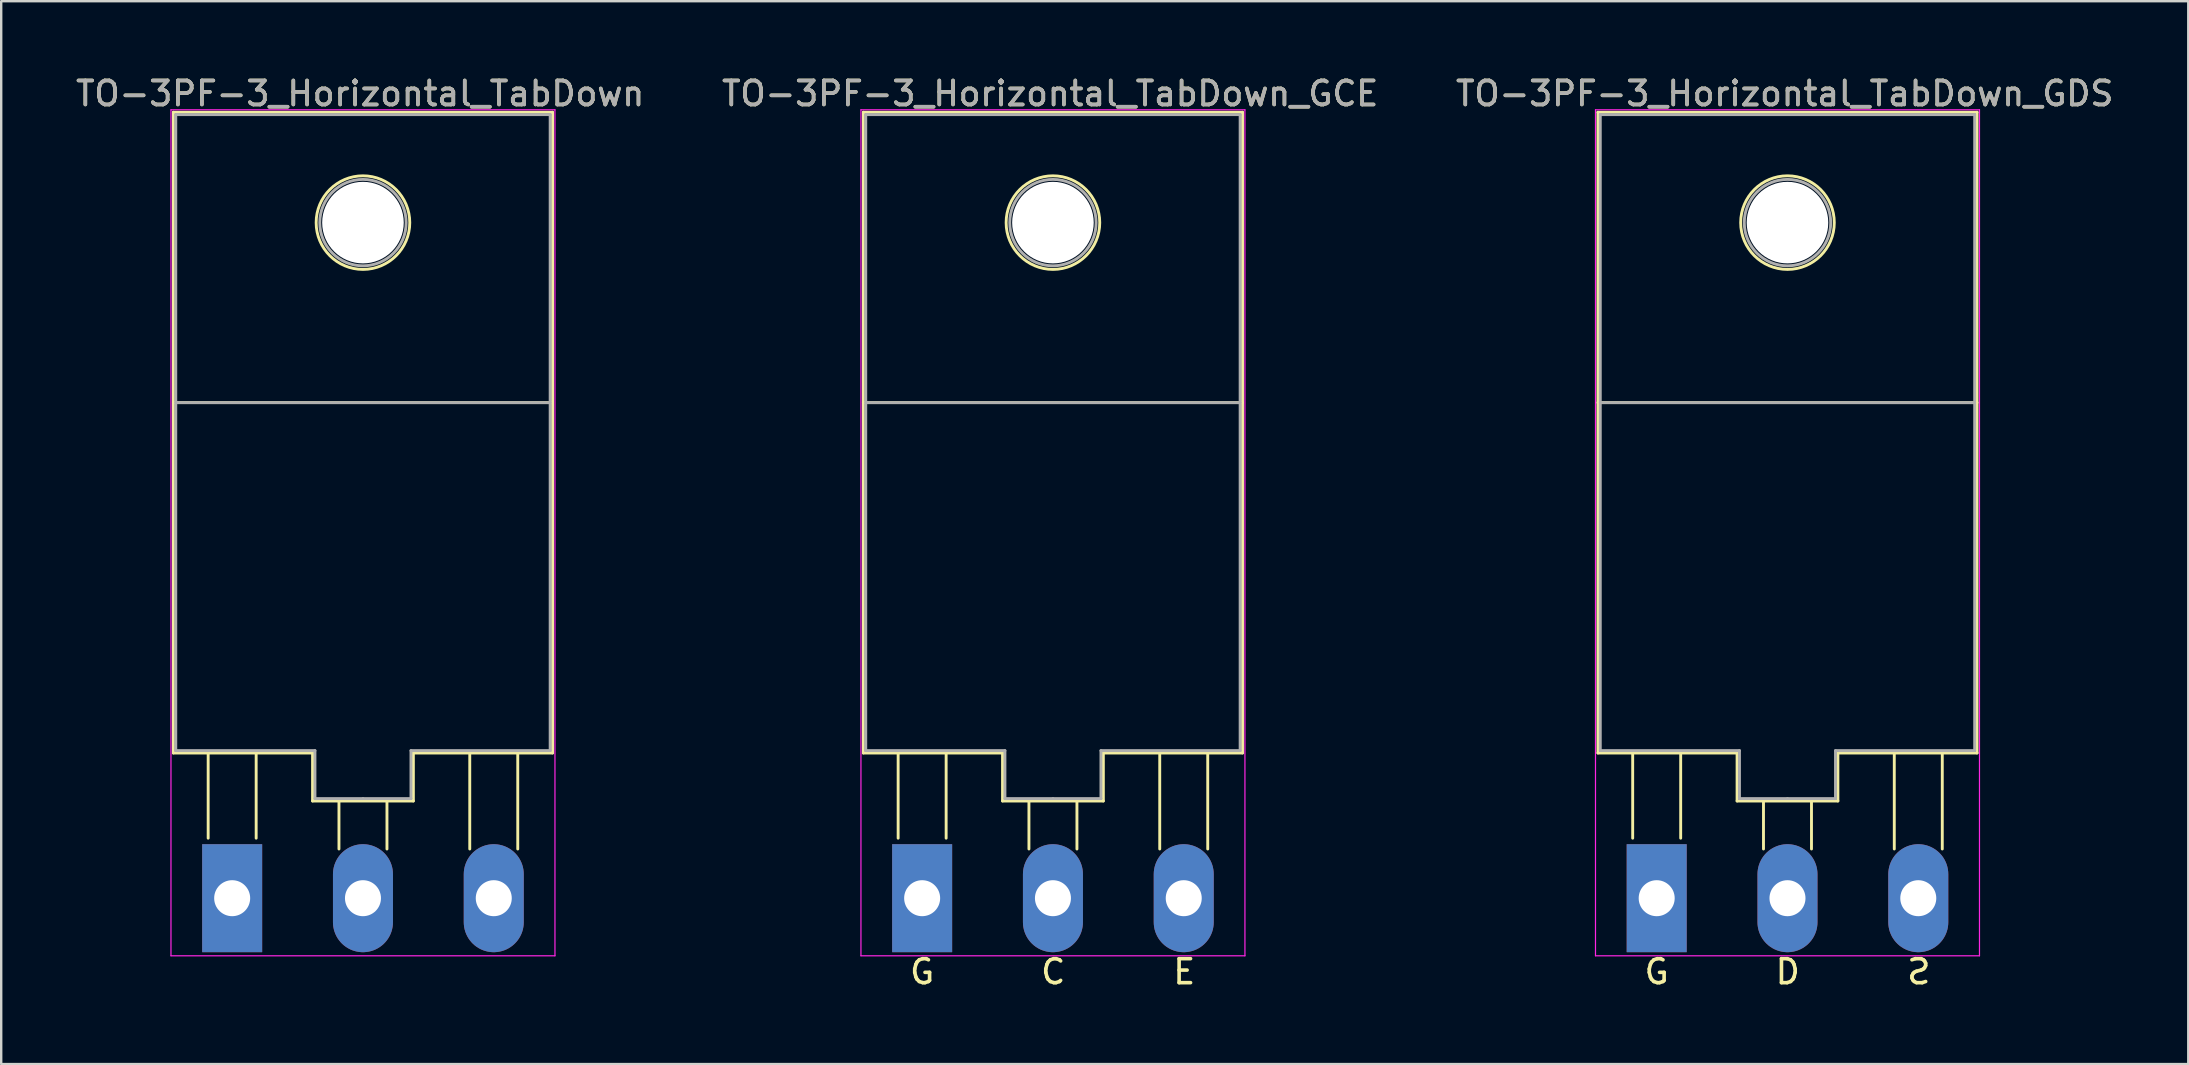
<source format=kicad_pcb>
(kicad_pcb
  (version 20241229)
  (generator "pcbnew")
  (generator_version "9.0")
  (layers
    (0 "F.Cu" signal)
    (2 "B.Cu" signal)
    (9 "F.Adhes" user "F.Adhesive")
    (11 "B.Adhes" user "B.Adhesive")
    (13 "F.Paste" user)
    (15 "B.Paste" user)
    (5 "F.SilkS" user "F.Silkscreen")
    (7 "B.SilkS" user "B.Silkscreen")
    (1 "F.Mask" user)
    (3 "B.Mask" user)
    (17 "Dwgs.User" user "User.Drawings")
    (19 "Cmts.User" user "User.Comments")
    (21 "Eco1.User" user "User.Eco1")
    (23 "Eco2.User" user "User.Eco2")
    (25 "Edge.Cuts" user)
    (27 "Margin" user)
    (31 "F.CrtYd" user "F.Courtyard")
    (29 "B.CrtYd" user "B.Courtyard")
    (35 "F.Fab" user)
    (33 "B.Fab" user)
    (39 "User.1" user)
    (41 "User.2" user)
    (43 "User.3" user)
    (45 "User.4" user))
  (footprint "TO-3PF-3_Horizontal_TabDown_GCE"
    (layer "F.Cu")
    (at 35.374 34.376)
    (property "Reference" "TO-3PF-3_Horizontal_TabDown_GCE" (at 5.334 -33.528 0) (layer "F.SilkS") (effects (font (size 1 1) (thickness 0.15))))
    (fp_line (start -2.45 -32.75) (end 13.35 -32.75) (stroke (width 0.12) (type solid)) (layer "F.SilkS"))
    (fp_line (start -2.45 -6.05) (end -2.45 -32.75) (stroke (width 0.12) (type solid)) (layer "F.SilkS"))
    (fp_line (start -1 -6) (end -1 -2.5) (stroke (width 0.12) (type solid)) (layer "F.SilkS"))
    (fp_line (start 1 -6) (end 1 -2.5) (stroke (width 0.12) (type solid)) (layer "F.SilkS"))
    (fp_line (start 3.35 -6.05) (end -2.45 -6.05) (stroke (width 0.12) (type solid)) (layer "F.SilkS"))
    (fp_line (start 3.35 -4.05) (end 3.35 -6.05) (stroke (width 0.12) (type solid)) (layer "F.SilkS"))
    (fp_line (start 4.45 -4.05) (end 4.45 -2.05) (stroke (width 0.12) (type solid)) (layer "F.SilkS"))
    (fp_line (start 6.45 -4.05) (end 6.45 -2.05) (stroke (width 0.12) (type solid)) (layer "F.SilkS"))
    (fp_line (start 7.55 -6.05) (end 7.55 -4.05) (stroke (width 0.12) (type solid)) (layer "F.SilkS"))
    (fp_line (start 7.55 -4.05) (end 3.35 -4.05) (stroke (width 0.12) (type solid)) (layer "F.SilkS"))
    (fp_line (start 9.9 -6) (end 9.9 -2.05) (stroke (width 0.12) (type solid)) (layer "F.SilkS"))
    (fp_line (start 11.9 -6) (end 11.9 -2.05) (stroke (width 0.12) (type solid)) (layer "F.SilkS"))
    (fp_line (start 13.35 -32.75) (end 13.35 -6.05) (stroke (width 0.12) (type solid)) (layer "F.SilkS"))
    (fp_line (start 13.35 -20.65) (end -2.45 -20.65) (stroke (width 0.12) (type solid)) (layer "F.SilkS"))
    (fp_line (start 13.35 -6.05) (end 7.55 -6.05) (stroke (width 0.12) (type solid)) (layer "F.SilkS"))
    (fp_circle (center 5.45 -28.15) (end 7.4 -28.15) (stroke (width 0.12) (type solid)) (fill no) (layer "F.SilkS"))
    (fp_line (start -2.55 -32.85) (end -2.55 2.4) (stroke (width 0.05) (type solid)) (layer "F.CrtYd"))
    (fp_line (start -2.55 2.4) (end 13.45 2.4) (stroke (width 0.05) (type solid)) (layer "F.CrtYd"))
    (fp_line (start 13.45 -32.85) (end -2.55 -32.85) (stroke (width 0.05) (type solid)) (layer "F.CrtYd"))
    (fp_line (start 13.45 2.4) (end 13.45 -32.85) (stroke (width 0.05) (type solid)) (layer "F.CrtYd"))
    (fp_line (start -2.35 -32.65) (end 13.25 -32.65) (stroke (width 0.12) (type solid)) (layer "F.Fab"))
    (fp_line (start -2.35 -20.65) (end 13.25 -20.65) (stroke (width 0.12) (type solid)) (layer "F.Fab"))
    (fp_line (start -2.35 -6.15) (end -2.35 -32.65) (stroke (width 0.12) (type solid)) (layer "F.Fab"))
    (fp_line (start 3.45 -6.15) (end -2.35 -6.15) (stroke (width 0.12) (type solid)) (layer "F.Fab"))
    (fp_line (start 3.45 -4.15) (end 3.45 -6.15) (stroke (width 0.12) (type solid)) (layer "F.Fab"))
    (fp_line (start 5.45 -4.15) (end 3.45 -4.15) (stroke (width 0.12) (type solid)) (layer "F.Fab"))
    (fp_line (start 5.45 -4.15) (end 7.45 -4.15) (stroke (width 0.12) (type solid)) (layer "F.Fab"))
    (fp_line (start 7.45 -4.15) (end 7.45 -6.15) (stroke (width 0.12) (type solid)) (layer "F.Fab"))
    (fp_line (start 13.25 -32.65) (end 13.25 -6.15) (stroke (width 0.12) (type solid)) (layer "F.Fab"))
    (fp_line (start 13.25 -6.15) (end 7.45 -6.15) (stroke (width 0.12) (type solid)) (layer "F.Fab"))
    (fp_circle (center 5.45 -28.15) (end 7.25 -28.15) (stroke (width 0.12) (type solid)) (fill no) (layer "F.Fab"))
    (fp_text user "C" (at 5.461 3.064 0) (unlocked yes) (layer "F.SilkS") (effects (font (size 1 1) (thickness 0.15))))
    (fp_text user "G" (at 0 3.064 0) (unlocked yes) (layer "F.SilkS") (effects (font (size 1 1) (thickness 0.15))))
    (fp_text user "E" (at 10.922 3.064 0) (unlocked yes) (layer "F.SilkS") (effects (font (size 1 1) (thickness 0.15))))
    (fp_text user "${REFERENCE}" (at 5.334 -33.528 0) (layer "F.Fab") (effects (font (size 1 1) (thickness 0.15))))
    (pad "" np_thru_hole circle (at 5.45 -28.15) (size 3.4 3.4) (drill 3.4) (layers "*.Cu" "*.Mask"))
    (pad "1" thru_hole rect (at 0 0) (size 2.5 4.5) (drill 1.5) (layers "*.Cu" "*.Mask"))
    (pad "2" thru_hole oval (at 5.45 0) (size 2.5 4.5) (drill 1.5) (layers "*.Cu" "*.Mask"))
    (pad "3" thru_hole oval (at 10.9 0) (size 2.5 4.5) (drill 1.5) (layers "*.Cu" "*.Mask")))
  (footprint "TO-3PF-3_Horizontal_TabDown_GDS"
    (layer "F.Cu")
    (at 65.981 34.376)
    (property "Reference" "TO-3PF-3_Horizontal_TabDown_GDS" (at 5.334 -33.528 0) (layer "F.SilkS") (effects (font (size 1 1) (thickness 0.15))))
    (fp_line (start -2.45 -32.75) (end 13.35 -32.75) (stroke (width 0.12) (type solid)) (layer "F.SilkS"))
    (fp_line (start -2.45 -6.05) (end -2.45 -32.75) (stroke (width 0.12) (type solid)) (layer "F.SilkS"))
    (fp_line (start -1 -6) (end -1 -2.5) (stroke (width 0.12) (type solid)) (layer "F.SilkS"))
    (fp_line (start 1 -6) (end 1 -2.5) (stroke (width 0.12) (type solid)) (layer "F.SilkS"))
    (fp_line (start 3.35 -6.05) (end -2.45 -6.05) (stroke (width 0.12) (type solid)) (layer "F.SilkS"))
    (fp_line (start 3.35 -4.05) (end 3.35 -6.05) (stroke (width 0.12) (type solid)) (layer "F.SilkS"))
    (fp_line (start 4.45 -4.05) (end 4.45 -2.05) (stroke (width 0.12) (type solid)) (layer "F.SilkS"))
    (fp_line (start 6.45 -4.05) (end 6.45 -2.05) (stroke (width 0.12) (type solid)) (layer "F.SilkS"))
    (fp_line (start 7.55 -6.05) (end 7.55 -4.05) (stroke (width 0.12) (type solid)) (layer "F.SilkS"))
    (fp_line (start 7.55 -4.05) (end 3.35 -4.05) (stroke (width 0.12) (type solid)) (layer "F.SilkS"))
    (fp_line (start 9.9 -6) (end 9.9 -2.05) (stroke (width 0.12) (type solid)) (layer "F.SilkS"))
    (fp_line (start 11.9 -6) (end 11.9 -2.05) (stroke (width 0.12) (type solid)) (layer "F.SilkS"))
    (fp_line (start 13.35 -32.75) (end 13.35 -6.05) (stroke (width 0.12) (type solid)) (layer "F.SilkS"))
    (fp_line (start 13.35 -20.65) (end -2.45 -20.65) (stroke (width 0.12) (type solid)) (layer "F.SilkS"))
    (fp_line (start 13.35 -6.05) (end 7.55 -6.05) (stroke (width 0.12) (type solid)) (layer "F.SilkS"))
    (fp_circle (center 5.45 -28.15) (end 7.4 -28.15) (stroke (width 0.12) (type solid)) (fill no) (layer "F.SilkS"))
    (fp_line (start -2.55 -32.85) (end -2.55 2.4) (stroke (width 0.05) (type solid)) (layer "F.CrtYd"))
    (fp_line (start -2.55 2.4) (end 13.45 2.4) (stroke (width 0.05) (type solid)) (layer "F.CrtYd"))
    (fp_line (start 13.45 -32.85) (end -2.55 -32.85) (stroke (width 0.05) (type solid)) (layer "F.CrtYd"))
    (fp_line (start 13.45 2.4) (end 13.45 -32.85) (stroke (width 0.05) (type solid)) (layer "F.CrtYd"))
    (fp_line (start -2.35 -32.65) (end 13.25 -32.65) (stroke (width 0.12) (type solid)) (layer "F.Fab"))
    (fp_line (start -2.35 -20.65) (end 13.25 -20.65) (stroke (width 0.12) (type solid)) (layer "F.Fab"))
    (fp_line (start -2.35 -6.15) (end -2.35 -32.65) (stroke (width 0.12) (type solid)) (layer "F.Fab"))
    (fp_line (start 3.45 -6.15) (end -2.35 -6.15) (stroke (width 0.12) (type solid)) (layer "F.Fab"))
    (fp_line (start 3.45 -4.15) (end 3.45 -6.15) (stroke (width 0.12) (type solid)) (layer "F.Fab"))
    (fp_line (start 5.45 -4.15) (end 3.45 -4.15) (stroke (width 0.12) (type solid)) (layer "F.Fab"))
    (fp_line (start 5.45 -4.15) (end 7.45 -4.15) (stroke (width 0.12) (type solid)) (layer "F.Fab"))
    (fp_line (start 7.45 -4.15) (end 7.45 -6.15) (stroke (width 0.12) (type solid)) (layer "F.Fab"))
    (fp_line (start 13.25 -32.65) (end 13.25 -6.15) (stroke (width 0.12) (type solid)) (layer "F.Fab"))
    (fp_line (start 13.25 -6.15) (end 7.45 -6.15) (stroke (width 0.12) (type solid)) (layer "F.Fab"))
    (fp_circle (center 5.45 -28.15) (end 7.25 -28.15) (stroke (width 0.12) (type solid)) (fill no) (layer "F.Fab"))
    (fp_text user "D" (at 5.461 3.064 0) (unlocked yes) (layer "F.SilkS") (effects (font (size 1 1) (thickness 0.15))))
    (fp_text user "S" (at 10.922 3.064 0) (layer "F.SilkS") (effects (font (size 1 1) (thickness 0.15)) (justify mirror)))
    (fp_text user "G" (at 0 3.064 0) (unlocked yes) (layer "F.SilkS") (effects (font (size 1 1) (thickness 0.15))))
    (fp_text user "${REFERENCE}" (at 5.334 -33.528 0) (layer "F.Fab") (effects (font (size 1 1) (thickness 0.15))))
    (pad "" np_thru_hole circle (at 5.45 -28.15) (size 3.4 3.4) (drill 3.4) (layers "*.Cu" "*.Mask"))
    (pad "1" thru_hole rect (at 0 0) (size 2.5 4.5) (drill 1.5) (layers "*.Cu" "*.Mask"))
    (pad "2" thru_hole oval (at 5.45 0) (size 2.5 4.5) (drill 1.5) (layers "*.Cu" "*.Mask"))
    (pad "3" thru_hole oval (at 10.9 0) (size 2.5 4.5) (drill 1.5) (layers "*.Cu" "*.Mask")))
  (footprint "TO-3PF-3_Horizontal_TabDown"
    (layer "F.Cu")
    (at 6.624 34.376)
    (property "Reference" "TO-3PF-3_Horizontal_TabDown" (at 5.334 -33.528 0) (layer "F.SilkS") (effects (font (size 1 1) (thickness 0.15))))
    (attr through_hole)
    (fp_line (start -2.45 -32.75) (end 13.35 -32.75) (stroke (width 0.12) (type solid)) (layer "F.SilkS"))
    (fp_line (start -2.45 -6.05) (end -2.45 -32.75) (stroke (width 0.12) (type solid)) (layer "F.SilkS"))
    (fp_line (start -1 -6) (end -1 -2.5) (stroke (width 0.12) (type solid)) (layer "F.SilkS"))
    (fp_line (start 1 -6) (end 1 -2.5) (stroke (width 0.12) (type solid)) (layer "F.SilkS"))
    (fp_line (start 3.35 -6.05) (end -2.45 -6.05) (stroke (width 0.12) (type solid)) (layer "F.SilkS"))
    (fp_line (start 3.35 -4.05) (end 3.35 -6.05) (stroke (width 0.12) (type solid)) (layer "F.SilkS"))
    (fp_line (start 4.45 -4.05) (end 4.45 -2.05) (stroke (width 0.12) (type solid)) (layer "F.SilkS"))
    (fp_line (start 6.45 -4.05) (end 6.45 -2.05) (stroke (width 0.12) (type solid)) (layer "F.SilkS"))
    (fp_line (start 7.55 -6.05) (end 7.55 -4.05) (stroke (width 0.12) (type solid)) (layer "F.SilkS"))
    (fp_line (start 7.55 -4.05) (end 3.35 -4.05) (stroke (width 0.12) (type solid)) (layer "F.SilkS"))
    (fp_line (start 9.9 -6) (end 9.9 -2.05) (stroke (width 0.12) (type solid)) (layer "F.SilkS"))
    (fp_line (start 11.9 -6) (end 11.9 -2.05) (stroke (width 0.12) (type solid)) (layer "F.SilkS"))
    (fp_line (start 13.35 -32.75) (end 13.35 -6.05) (stroke (width 0.12) (type solid)) (layer "F.SilkS"))
    (fp_line (start 13.35 -20.65) (end -2.45 -20.65) (stroke (width 0.12) (type solid)) (layer "F.SilkS"))
    (fp_line (start 13.35 -6.05) (end 7.55 -6.05) (stroke (width 0.12) (type solid)) (layer "F.SilkS"))
    (fp_circle (center 5.45 -28.15) (end 7.4 -28.15) (stroke (width 0.12) (type solid)) (fill no) (layer "F.SilkS"))
    (fp_line (start -2.55 -32.85) (end -2.55 2.4) (stroke (width 0.05) (type solid)) (layer "F.CrtYd"))
    (fp_line (start -2.55 2.4) (end 13.45 2.4) (stroke (width 0.05) (type solid)) (layer "F.CrtYd"))
    (fp_line (start 13.45 -32.85) (end -2.55 -32.85) (stroke (width 0.05) (type solid)) (layer "F.CrtYd"))
    (fp_line (start 13.45 2.4) (end 13.45 -32.85) (stroke (width 0.05) (type solid)) (layer "F.CrtYd"))
    (fp_line (start -2.35 -32.65) (end 13.25 -32.65) (stroke (width 0.12) (type solid)) (layer "F.Fab"))
    (fp_line (start -2.35 -20.65) (end 13.25 -20.65) (stroke (width 0.12) (type solid)) (layer "F.Fab"))
    (fp_line (start -2.35 -6.15) (end -2.35 -32.65) (stroke (width 0.12) (type solid)) (layer "F.Fab"))
    (fp_line (start 3.45 -6.15) (end -2.35 -6.15) (stroke (width 0.12) (type solid)) (layer "F.Fab"))
    (fp_line (start 3.45 -4.15) (end 3.45 -6.15) (stroke (width 0.12) (type solid)) (layer "F.Fab"))
    (fp_line (start 5.45 -4.15) (end 3.45 -4.15) (stroke (width 0.12) (type solid)) (layer "F.Fab"))
    (fp_line (start 5.45 -4.15) (end 7.45 -4.15) (stroke (width 0.12) (type solid)) (layer "F.Fab"))
    (fp_line (start 7.45 -4.15) (end 7.45 -6.15) (stroke (width 0.12) (type solid)) (layer "F.Fab"))
    (fp_line (start 13.25 -32.65) (end 13.25 -6.15) (stroke (width 0.12) (type solid)) (layer "F.Fab"))
    (fp_line (start 13.25 -6.15) (end 7.45 -6.15) (stroke (width 0.12) (type solid)) (layer "F.Fab"))
    (fp_circle (center 5.45 -28.15) (end 7.25 -28.15) (stroke (width 0.12) (type solid)) (fill no) (layer "F.Fab"))
    (fp_text user "${REFERENCE}" (at 5.334 -33.528 0) (layer "F.Fab") (effects (font (size 1 1) (thickness 0.15))))
    (pad "" np_thru_hole circle (at 5.45 -28.15) (size 3.4 3.4) (drill 3.4) (layers "*.Cu" "*.Mask"))
    (pad "1" thru_hole rect (at 0 0) (size 2.5 4.5) (drill 1.5) (layers "*.Cu" "*.Mask"))
    (pad "2" thru_hole oval (at 5.45 0) (size 2.5 4.5) (drill 1.5) (layers "*.Cu" "*.Mask"))
    (pad "3" thru_hole oval (at 10.9 0) (size 2.5 4.5) (drill 1.5) (layers "*.Cu" "*.Mask")))
  (gr_rect
    (start -3 -3)
    (end 88.131 41.288)
    (stroke (width 0.1) (type default))
    (fill no)
    (layer "Edge.Cuts")))
</source>
